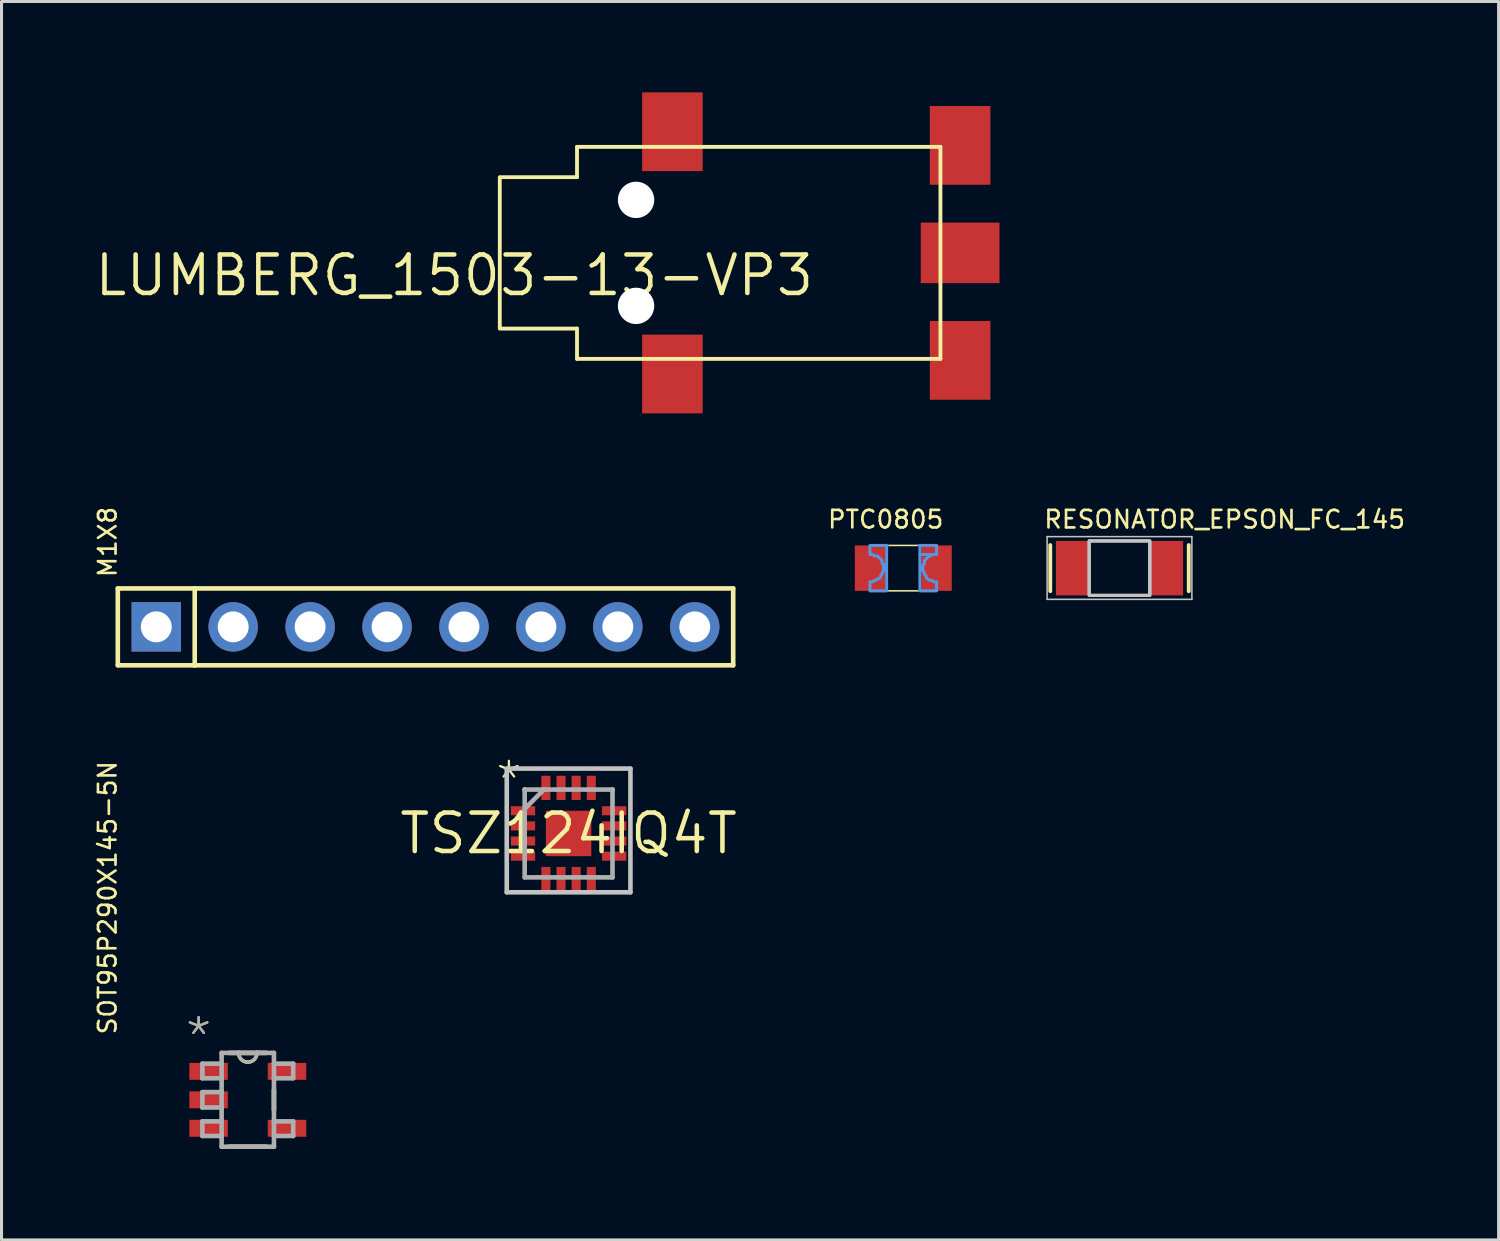
<source format=kicad_pcb>
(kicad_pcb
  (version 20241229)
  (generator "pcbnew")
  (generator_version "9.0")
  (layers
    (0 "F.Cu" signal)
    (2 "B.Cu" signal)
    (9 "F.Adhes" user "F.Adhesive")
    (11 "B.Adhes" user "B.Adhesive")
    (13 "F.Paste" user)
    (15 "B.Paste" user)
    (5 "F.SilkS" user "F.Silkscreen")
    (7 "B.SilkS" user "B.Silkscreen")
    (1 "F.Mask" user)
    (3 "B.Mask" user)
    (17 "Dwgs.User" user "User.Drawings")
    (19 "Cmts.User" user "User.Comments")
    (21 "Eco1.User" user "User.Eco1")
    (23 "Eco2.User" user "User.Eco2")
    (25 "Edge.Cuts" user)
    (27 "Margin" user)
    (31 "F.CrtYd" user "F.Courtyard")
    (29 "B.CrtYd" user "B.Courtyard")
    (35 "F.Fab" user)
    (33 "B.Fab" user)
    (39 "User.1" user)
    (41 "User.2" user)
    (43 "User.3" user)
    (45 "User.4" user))
  (footprint "SOT95P290X145-5N"
    (layer "F.Cu")
    (at 5.132 33.266)
    (property "Reference" "SOT95P290X145-5N" (at -4.293 -2.108 90) (layer "F.SilkS") (effects (font (size 0.579 0.579) (thickness 0.087)) (justify left bottom)))
    (attr through_hole)
    (fp_line (start -0.61 1.549) (end 0.61 1.549) (stroke (width 0.152) (type solid)) (layer "F.SilkS"))
    (fp_line (start -0.305 -1.549) (end -0.61 -1.549) (stroke (width 0.152) (type solid)) (layer "F.SilkS"))
    (fp_line (start 0.305 -1.549) (end -0.305 -1.549) (stroke (width 0.152) (type solid)) (layer "F.SilkS"))
    (fp_line (start 0.61 -1.549) (end 0.305 -1.549) (stroke (width 0.152) (type solid)) (layer "F.SilkS"))
    (fp_line (start 0.864 0.33) (end 0.864 -0.33) (stroke (width 0.152) (type solid)) (layer "F.SilkS"))
    (fp_arc (start 0.3048 -1.5494) (mid 0 -1.2446) (end -0.3048 -1.5494) (stroke (width 0.12) (type solid)) (layer "F.SilkS"))
    (fp_line (start -1.499 -1.194) (end -1.499 -0.711) (stroke (width 0.152) (type solid)) (layer "F.Fab"))
    (fp_line (start -1.499 -0.711) (end -0.864 -0.711) (stroke (width 0.152) (type solid)) (layer "F.Fab"))
    (fp_line (start -1.499 -0.254) (end -1.499 0.254) (stroke (width 0.152) (type solid)) (layer "F.Fab"))
    (fp_line (start -1.499 0.254) (end -0.864 0.254) (stroke (width 0.152) (type solid)) (layer "F.Fab"))
    (fp_line (start -1.499 0.711) (end -1.499 1.194) (stroke (width 0.152) (type solid)) (layer "F.Fab"))
    (fp_line (start -1.499 1.194) (end -0.864 1.194) (stroke (width 0.152) (type solid)) (layer "F.Fab"))
    (fp_line (start -0.864 -1.549) (end -0.864 -1.194) (stroke (width 0.152) (type solid)) (layer "F.Fab"))
    (fp_line (start -0.864 -1.194) (end -1.499 -1.194) (stroke (width 0.152) (type solid)) (layer "F.Fab"))
    (fp_line (start -0.864 -1.194) (end -0.864 -0.711) (stroke (width 0.152) (type solid)) (layer "F.Fab"))
    (fp_line (start -0.864 -0.711) (end -0.864 -0.254) (stroke (width 0.152) (type solid)) (layer "F.Fab"))
    (fp_line (start -0.864 -0.254) (end -1.499 -0.254) (stroke (width 0.152) (type solid)) (layer "F.Fab"))
    (fp_line (start -0.864 -0.254) (end -0.864 0.254) (stroke (width 0.152) (type solid)) (layer "F.Fab"))
    (fp_line (start -0.864 0.254) (end -0.864 0.711) (stroke (width 0.152) (type solid)) (layer "F.Fab"))
    (fp_line (start -0.864 0.711) (end -1.499 0.711) (stroke (width 0.152) (type solid)) (layer "F.Fab"))
    (fp_line (start -0.864 1.194) (end -0.864 0.711) (stroke (width 0.152) (type solid)) (layer "F.Fab"))
    (fp_line (start -0.864 1.549) (end -0.864 1.194) (stroke (width 0.152) (type solid)) (layer "F.Fab"))
    (fp_line (start -0.864 1.549) (end 0.864 1.549) (stroke (width 0.152) (type solid)) (layer "F.Fab"))
    (fp_line (start -0.305 -1.549) (end -0.864 -1.549) (stroke (width 0.152) (type solid)) (layer "F.Fab"))
    (fp_line (start 0.305 -1.549) (end -0.305 -1.549) (stroke (width 0.152) (type solid)) (layer "F.Fab"))
    (fp_line (start 0.864 -1.549) (end 0.305 -1.549) (stroke (width 0.152) (type solid)) (layer "F.Fab"))
    (fp_line (start 0.864 -1.549) (end 0.864 -1.194) (stroke (width 0.152) (type solid)) (layer "F.Fab"))
    (fp_line (start 0.864 -1.194) (end 0.864 -0.711) (stroke (width 0.152) (type solid)) (layer "F.Fab"))
    (fp_line (start 0.864 -0.711) (end 1.499 -0.711) (stroke (width 0.152) (type solid)) (layer "F.Fab"))
    (fp_line (start 0.864 0.711) (end 0.864 -0.711) (stroke (width 0.152) (type solid)) (layer "F.Fab"))
    (fp_line (start 0.864 1.194) (end 0.864 0.711) (stroke (width 0.152) (type solid)) (layer "F.Fab"))
    (fp_line (start 0.864 1.194) (end 1.499 1.194) (stroke (width 0.152) (type solid)) (layer "F.Fab"))
    (fp_line (start 0.864 1.549) (end 0.864 1.194) (stroke (width 0.152) (type solid)) (layer "F.Fab"))
    (fp_line (start 1.499 -1.194) (end 0.864 -1.194) (stroke (width 0.152) (type solid)) (layer "F.Fab"))
    (fp_line (start 1.499 -0.711) (end 1.499 -1.194) (stroke (width 0.152) (type solid)) (layer "F.Fab"))
    (fp_line (start 1.499 0.711) (end 0.864 0.711) (stroke (width 0.152) (type solid)) (layer "F.Fab"))
    (fp_line (start 1.499 1.194) (end 1.499 0.711) (stroke (width 0.152) (type solid)) (layer "F.Fab"))
    (fp_arc (start 0.3048 -1.5494) (mid 0 -1.2446) (end -0.3048 -1.5494) (stroke (width 0.1) (type solid)) (layer "F.Fab"))
    (fp_text user "*" (at -2.134 -1.372 0) (layer "F.SilkS") (effects (font (size 1.206 1.206) (thickness 0.076)) (justify left bottom)))
    (fp_text user "*" (at -2.134 -1.372 0) (layer "F.Fab") (effects (font (size 1.206 1.206) (thickness 0.076)) (justify left bottom)))
    (pad "1" smd rect (at -1.295 -0.94) (size 1.27 0.559) (layers "F.Cu" "F.Mask" "F.Paste"))
    (pad "2" smd rect (at -1.295 0) (size 1.27 0.559) (layers "F.Cu" "F.Mask" "F.Paste"))
    (pad "3" smd rect (at -1.295 0.94) (size 1.27 0.559) (layers "F.Cu" "F.Mask" "F.Paste"))
    (pad "4" smd rect (at 1.295 0.94) (size 1.27 0.559) (layers "F.Cu" "F.Mask" "F.Paste"))
    (pad "5" smd rect (at 1.295 -0.94) (size 1.27 0.559) (layers "F.Cu" "F.Mask" "F.Paste")))
  (footprint "LUMBERG_1503-13-VP3"
    (layer "F.Cu")
    (at 23.903 5.3)
    (property "Reference" "LUMBERG_1503-13-VP3" (at 0 0 0) (layer "F.SilkS") (effects (font (size 1.27 1.27) (thickness 0.15)) (justify right top)))
    (attr through_hole)
    (fp_line (start -10.45 -2.5) (end -10.45 2.5) (stroke (width 0.127) (type solid)) (layer "F.SilkS"))
    (fp_line (start -10.4 -2.5) (end -7.9 -2.5) (stroke (width 0.127) (type solid)) (layer "F.SilkS"))
    (fp_line (start -7.9 -3.5) (end 4.1 -3.5) (stroke (width 0.127) (type solid)) (layer "F.SilkS"))
    (fp_line (start -7.9 -2.5) (end -7.9 -3.5) (stroke (width 0.127) (type solid)) (layer "F.SilkS"))
    (fp_line (start -7.9 2.5) (end -10.4 2.5) (stroke (width 0.127) (type solid)) (layer "F.SilkS"))
    (fp_line (start -7.9 3.5) (end -7.9 2.5) (stroke (width 0.127) (type solid)) (layer "F.SilkS"))
    (fp_line (start 4.1 -3.5) (end 4.1 3.5) (stroke (width 0.127) (type solid)) (layer "F.SilkS"))
    (fp_line (start 4.1 3.5) (end -7.9 3.5) (stroke (width 0.127) (type solid)) (layer "F.SilkS"))
    (pad "" np_thru_hole circle (at -5.95 -1.75) (size 1.2 1.2) (drill 1.2) (layers "*.Cu" "*.Mask"))
    (pad "" np_thru_hole circle (at -5.95 1.75) (size 1.2 1.2) (drill 1.2) (layers "*.Cu" "*.Mask"))
    (pad "1" smd rect (at 4.75 0 270) (size 2 2.6) (layers "F.Cu" "F.Mask" "F.Paste"))
    (pad "2" smd rect (at 4.75 -3.55) (size 2 2.6) (layers "F.Cu" "F.Mask" "F.Paste"))
    (pad "3" smd rect (at 4.75 3.55) (size 2 2.6) (layers "F.Cu" "F.Mask" "F.Paste"))
    (pad "4" smd rect (at -4.75 -4) (size 2 2.6) (layers "F.Cu" "F.Mask" "F.Paste"))
    (pad "4A" smd rect (at -4.75 4) (size 2 2.6) (layers "F.Cu" "F.Mask" "F.Paste")))
  (footprint "RESONATOR_EPSON_FC_145"
    (layer "F.Cu")
    (at 33.916 15.71)
    (property "Reference" "RESONATOR_EPSON_FC_145" (at -2.54 -1.27 0) (layer "F.SilkS") (effects (font (size 0.579 0.579) (thickness 0.087)) (justify left bottom)))
    (attr through_hole)
    (fp_line (start -2.286 -0.762) (end -2.286 0.762) (stroke (width 0.127) (type solid)) (layer "F.SilkS"))
    (fp_line (start 2.286 -0.762) (end 2.286 0.762) (stroke (width 0.127) (type solid)) (layer "F.SilkS"))
    (fp_line (start -2.39 -1.04) (end 2.39 -1.04) (stroke (width 0.051) (type solid)) (layer "Dwgs.User"))
    (fp_line (start -2.39 1.03) (end -2.39 -1.04) (stroke (width 0.051) (type solid)) (layer "Dwgs.User"))
    (fp_line (start 2.39 -1.04) (end 2.39 1.03) (stroke (width 0.051) (type solid)) (layer "Dwgs.User"))
    (fp_line (start 2.39 1.03) (end -2.39 1.03) (stroke (width 0.051) (type solid)) (layer "Dwgs.User"))
    (fp_poly (pts (xy -1 0.9) (xy 1 0.9) (xy 1 -0.9) (xy -1 -0.9)) (stroke (width 0.1) (type solid)) (fill no) (layer "Dwgs.User"))
    (fp_poly (pts (xy -1 0.9) (xy 1 0.9) (xy 1 -0.9) (xy -1 -0.9)) (stroke (width 0.1) (type solid)) (fill no) (layer "Dwgs.User"))
    (fp_poly (pts (xy -1 0.9) (xy 1 0.9) (xy 1 -0.9) (xy -1 -0.9)) (stroke (width 0.1) (type solid)) (fill no) (layer "Dwgs.User"))
    (pad "P$1" smd rect (at -1.55 0 90) (size 1.8 1.1) (layers "F.Cu" "F.Mask" "F.Paste"))
    (pad "P$2" smd rect (at 1.55 0 90) (size 1.8 1.1) (layers "F.Cu" "F.Mask" "F.Paste")))
  (footprint "TSZ124IQ4T"
    (layer "F.Cu")
    (at 15.725 24.471)
    (property "Reference" "TSZ124IQ4T" (at 0 0 0) (layer "F.SilkS") (effects (font (size 1.27 1.27) (thickness 0.15))))
    (attr through_hole)
    (fp_line (start -1.45 -1.44) (end -1.45 -1.45) (stroke (width 0.152) (type solid)) (layer "F.SilkS"))
    (fp_line (start 1.45 -1.44) (end 1.45 -1.45) (stroke (width 0.152) (type solid)) (layer "F.SilkS"))
    (fp_line (start -2.042 -2.142) (end 2.042 -2.142) (stroke (width 0.152) (type solid)) (layer "Dwgs.User"))
    (fp_line (start -2.042 1.942) (end -2.042 -2.142) (stroke (width 0.152) (type solid)) (layer "Dwgs.User"))
    (fp_line (start 2.042 -2.142) (end 2.042 1.942) (stroke (width 0.152) (type solid)) (layer "Dwgs.User"))
    (fp_line (start 2.042 1.942) (end -2.042 1.942) (stroke (width 0.152) (type solid)) (layer "Dwgs.User"))
    (fp_line (start -1.45 -1.45) (end -1.45 -0.813) (stroke (width 0.152) (type solid)) (layer "F.Fab"))
    (fp_line (start -1.45 -0.813) (end -1.45 1.45) (stroke (width 0.152) (type solid)) (layer "F.Fab"))
    (fp_line (start -1.45 -0.813) (end -0.813 -1.45) (stroke (width 0.152) (type solid)) (layer "F.Fab"))
    (fp_line (start -1.45 1.45) (end 1.45 1.45) (stroke (width 0.152) (type solid)) (layer "F.Fab"))
    (fp_line (start -0.813 -1.45) (end -1.45 -1.45) (stroke (width 0.152) (type solid)) (layer "F.Fab"))
    (fp_line (start 1.45 -1.45) (end -0.813 -1.45) (stroke (width 0.152) (type solid)) (layer "F.Fab"))
    (fp_line (start 1.45 1.45) (end 1.45 -1.45) (stroke (width 0.152) (type solid)) (layer "F.Fab"))
    (fp_text user "*" (at -2.481 -1.041 0) (layer "F.SilkS") (effects (font (size 1.206 1.206) (thickness 0.076)) (justify left bottom)))
    (pad "1" smd rect (at -1.505 -0.75 270) (size 0.3 0.8) (layers "F.Cu" "F.Mask" "F.Paste"))
    (pad "2" smd rect (at -1.505 -0.25 270) (size 0.3 0.8) (layers "F.Cu" "F.Mask" "F.Paste"))
    (pad "3" smd rect (at -1.505 0.25 270) (size 0.3 0.8) (layers "F.Cu" "F.Mask" "F.Paste"))
    (pad "4" smd rect (at -1.505 0.75 270) (size 0.3 0.8) (layers "F.Cu" "F.Mask" "F.Paste"))
    (pad "5" smd rect (at -0.75 1.505 180) (size 0.3 0.8) (layers "F.Cu" "F.Mask" "F.Paste"))
    (pad "6" smd rect (at -0.25 1.505 180) (size 0.3 0.8) (layers "F.Cu" "F.Mask" "F.Paste"))
    (pad "7" smd rect (at 0.25 1.505 180) (size 0.3 0.8) (layers "F.Cu" "F.Mask" "F.Paste"))
    (pad "8" smd rect (at 0.75 1.505 180) (size 0.3 0.8) (layers "F.Cu" "F.Mask" "F.Paste"))
    (pad "9" smd rect (at 1.505 0.75 270) (size 0.3 0.8) (layers "F.Cu" "F.Mask" "F.Paste"))
    (pad "10" smd rect (at 1.505 0.25 270) (size 0.3 0.8) (layers "F.Cu" "F.Mask" "F.Paste"))
    (pad "11" smd rect (at 1.505 -0.25 270) (size 0.3 0.8) (layers "F.Cu" "F.Mask" "F.Paste"))
    (pad "12" smd rect (at 1.505 -0.75 270) (size 0.3 0.8) (layers "F.Cu" "F.Mask" "F.Paste"))
    (pad "13" smd rect (at 0.75 -1.505 180) (size 0.3 0.8) (layers "F.Cu" "F.Mask" "F.Paste"))
    (pad "14" smd rect (at 0.25 -1.505 180) (size 0.3 0.8) (layers "F.Cu" "F.Mask" "F.Paste"))
    (pad "15" smd rect (at -0.25 -1.505 180) (size 0.3 0.8) (layers "F.Cu" "F.Mask" "F.Paste"))
    (pad "16" smd rect (at -0.75 -1.505 180) (size 0.3 0.8) (layers "F.Cu" "F.Mask" "F.Paste"))
    (pad "17" smd rect (at 0 0) (size 1.5 1.5) (layers "F.Cu" "F.Mask" "F.Paste")))
  (footprint "M1X8"
    (layer "F.Cu")
    (at 11 17.649)
    (property "Reference" "M1X8" (at -10.16 -1.587 270) (layer "F.SilkS") (effects (font (size 0.579 0.579) (thickness 0.087)) (justify left bottom)))
    (attr through_hole)
    (fp_line (start -10.16 -1.27) (end -7.62 -1.27) (stroke (width 0.152) (type solid)) (layer "F.SilkS"))
    (fp_line (start -10.16 1.27) (end -10.16 -1.27) (stroke (width 0.152) (type solid)) (layer "F.SilkS"))
    (fp_line (start -7.62 -1.27) (end 10.16 -1.27) (stroke (width 0.152) (type solid)) (layer "F.SilkS"))
    (fp_line (start -7.62 1.27) (end -10.16 1.27) (stroke (width 0.152) (type solid)) (layer "F.SilkS"))
    (fp_line (start -7.62 1.27) (end -7.62 -1.27) (stroke (width 0.152) (type solid)) (layer "F.SilkS"))
    (fp_line (start 10.16 -1.27) (end 10.16 1.27) (stroke (width 0.152) (type solid)) (layer "F.SilkS"))
    (fp_line (start 10.16 1.27) (end -7.62 1.27) (stroke (width 0.152) (type solid)) (layer "F.SilkS"))
    (pad "1" thru_hole rect (at -8.89 0) (size 1.632 1.632) (drill 1.02) (layers "*.Cu" "*.Mask"))
    (pad "2" thru_hole circle (at -6.35 0) (size 1.632 1.632) (drill 1.02) (layers "*.Cu" "*.Mask"))
    (pad "3" thru_hole circle (at -3.81 0) (size 1.632 1.632) (drill 1.02) (layers "*.Cu" "*.Mask"))
    (pad "4" thru_hole circle (at -1.27 0) (size 1.632 1.632) (drill 1.02) (layers "*.Cu" "*.Mask"))
    (pad "5" thru_hole circle (at 1.27 0) (size 1.632 1.632) (drill 1.02) (layers "*.Cu" "*.Mask"))
    (pad "6" thru_hole circle (at 3.81 0) (size 1.632 1.632) (drill 1.02) (layers "*.Cu" "*.Mask"))
    (pad "7" thru_hole circle (at 6.35 0) (size 1.632 1.632) (drill 1.02) (layers "*.Cu" "*.Mask"))
    (pad "8" thru_hole circle (at 8.89 0) (size 1.632 1.632) (drill 1.02) (layers "*.Cu" "*.Mask")))
  (footprint "PTC0805"
    (layer "F.Cu")
    (at 26.776 15.71)
    (property "Reference" "PTC0805" (at -2.54 -1.27 180) (layer "F.SilkS") (effects (font (size 0.579 0.579) (thickness 0.087)) (justify left bottom)))
    (attr through_hole)
    (fp_line (start -0.5 -0.75) (end 0.5 -0.75) (stroke (width 0.051) (type solid)) (layer "F.SilkS"))
    (fp_line (start 0.5 0.75) (end -0.5 0.75) (stroke (width 0.051) (type solid)) (layer "F.SilkS"))
    (fp_line (start -1.1 -0.75) (end -1.1 -0.45) (stroke (width 0.051) (type solid)) (layer "Cmts.User"))
    (fp_line (start -1.1 0.75) (end -1.1 0.45) (stroke (width 0.051) (type solid)) (layer "Cmts.User"))
    (fp_line (start -0.55 -0.75) (end -1.1 -0.75) (stroke (width 0.051) (type solid)) (layer "Cmts.User"))
    (fp_line (start -0.55 -0.75) (end -0.55 0.75) (stroke (width 0.051) (type solid)) (layer "Cmts.User"))
    (fp_line (start -0.55 0.75) (end -1.1 0.75) (stroke (width 0.051) (type solid)) (layer "Cmts.User"))
    (fp_line (start -0.55 0.75) (end -0.5 0.75) (stroke (width 0.051) (type solid)) (layer "Cmts.User"))
    (fp_line (start -0.5 -0.75) (end -0.55 -0.75) (stroke (width 0.051) (type solid)) (layer "Cmts.User"))
    (fp_line (start 0.5 -0.75) (end 0.55 -0.75) (stroke (width 0.051) (type solid)) (layer "Cmts.User"))
    (fp_line (start 0.55 -0.75) (end 0.55 0.75) (stroke (width 0.051) (type solid)) (layer "Cmts.User"))
    (fp_line (start 0.55 -0.75) (end 1.1 -0.75) (stroke (width 0.051) (type solid)) (layer "Cmts.User"))
    (fp_line (start 0.55 0.75) (end 0.5 0.75) (stroke (width 0.051) (type solid)) (layer "Cmts.User"))
    (fp_line (start 0.55 0.75) (end 1.1 0.75) (stroke (width 0.051) (type solid)) (layer "Cmts.User"))
    (fp_line (start 1.1 -0.75) (end 1.1 -0.45) (stroke (width 0.051) (type solid)) (layer "Cmts.User"))
    (fp_line (start 1.1 0.75) (end 1.1 0.45) (stroke (width 0.051) (type solid)) (layer "Cmts.User"))
    (fp_arc (start -1.1 -0.45) (mid -0.65 0) (end -1.1 0.45) (stroke (width 0.0508) (type solid)) (layer "Cmts.User"))
    (fp_arc (start 1.1 0.45) (mid 0.65 0) (end 1.1 -0.45) (stroke (width 0.0508) (type solid)) (layer "Cmts.User"))
    (fp_poly (pts (xy 0.55 -0.75) (xy 1.1 -0.75) (xy 1.1 -0.45) (xy 0.55 -0.45)) (stroke (width 0.1) (type solid)) (fill no) (layer "Cmts.User"))
    (fp_poly (pts (xy 0.55 -0.45) (xy 0.95 -0.45) (xy 0.9 -0.4) (xy 0.85 -0.4) (xy 0.8 -0.35) (xy 0.75 -0.3) (xy 0.7 -0.25) (xy 0.7 -0.2) (xy 0.7 -0.15) (xy 0.65 -0.1) (xy 0.65 0.1) (xy 0.7 0.15) (xy 0.7 0.2) (xy 0.75 0.25) (xy 0.75 0.3) (xy 0.8 0.35) (xy 0.85 0.4) (xy 0.9 0.4) (xy 0.95 0.4) (xy 1 0.45) (xy 1.05 0.45) (xy 1.1 0.45) (xy 1.1 0.75) (xy 0.55 0.75)) (stroke (width 0.1) (type solid)) (fill no) (layer "Cmts.User"))
    (fp_poly (pts (xy -0.55 -0.75) (xy -1.1 -0.75) (xy -1.1 -0.45) (xy -1.05 -0.45) (xy -1 -0.45) (xy -0.95 -0.4) (xy -0.85 -0.4) (xy -0.75 -0.3) (xy -0.7 -0.25) (xy -0.7 -0.2) (xy -0.65 -0.15) (xy -0.7 -0.15) (xy -0.65 -0.1) (xy -0.65 0.1) (xy -0.7 0.15) (xy -0.7 0.2) (xy -0.75 0.25) (xy -0.75 0.3) (xy -0.8 0.35) (xy -0.85 0.35) (xy -0.9 0.4) (xy -0.95 0.4) (xy -1 0.45) (xy -1.1 0.45) (xy -1.1 0.75) (xy -0.55 0.75)) (stroke (width 0.1) (type solid)) (fill no) (layer "Cmts.User"))
    (pad "1" smd rect (at -1.1 0) (size 1 1.5) (layers "F.Cu" "F.Mask" "F.Paste"))
    (pad "2" smd rect (at 1.1 0) (size 1 1.5) (layers "F.Cu" "F.Mask" "F.Paste")))
  (gr_rect
    (start -3 -3)
    (end 46.434 37.891)
    (stroke (width 0.1) (type default))
    (fill no)
    (layer "Edge.Cuts")))
</source>
